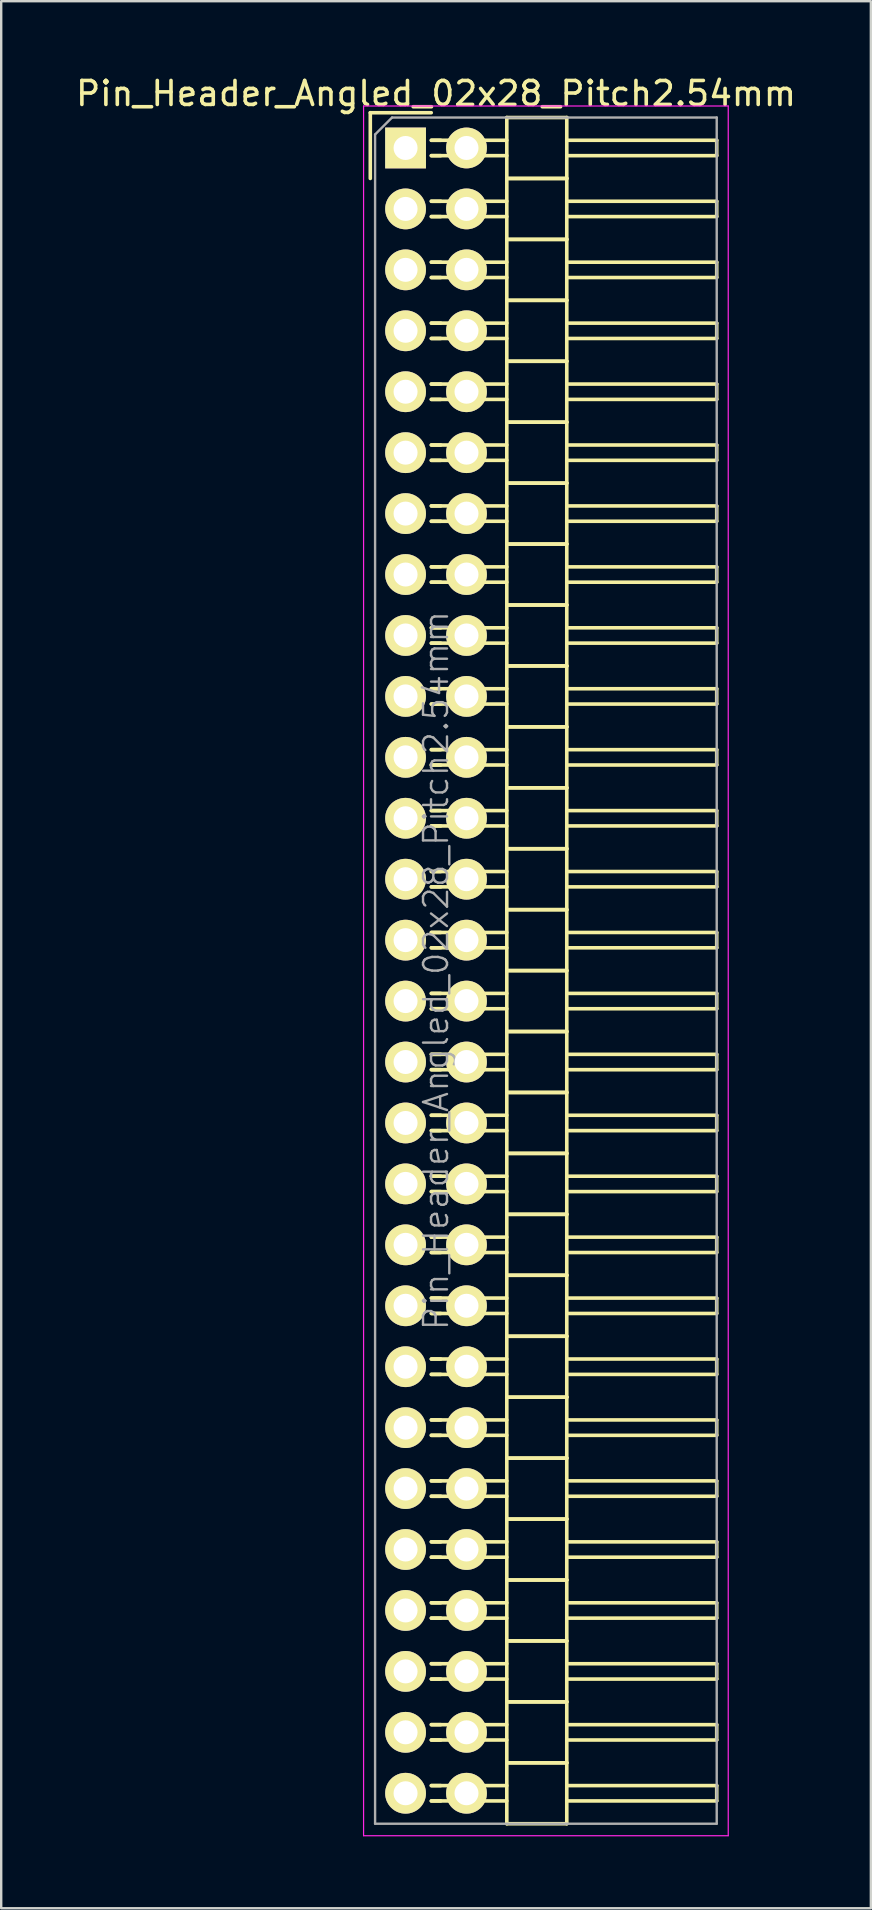
<source format=kicad_pcb>
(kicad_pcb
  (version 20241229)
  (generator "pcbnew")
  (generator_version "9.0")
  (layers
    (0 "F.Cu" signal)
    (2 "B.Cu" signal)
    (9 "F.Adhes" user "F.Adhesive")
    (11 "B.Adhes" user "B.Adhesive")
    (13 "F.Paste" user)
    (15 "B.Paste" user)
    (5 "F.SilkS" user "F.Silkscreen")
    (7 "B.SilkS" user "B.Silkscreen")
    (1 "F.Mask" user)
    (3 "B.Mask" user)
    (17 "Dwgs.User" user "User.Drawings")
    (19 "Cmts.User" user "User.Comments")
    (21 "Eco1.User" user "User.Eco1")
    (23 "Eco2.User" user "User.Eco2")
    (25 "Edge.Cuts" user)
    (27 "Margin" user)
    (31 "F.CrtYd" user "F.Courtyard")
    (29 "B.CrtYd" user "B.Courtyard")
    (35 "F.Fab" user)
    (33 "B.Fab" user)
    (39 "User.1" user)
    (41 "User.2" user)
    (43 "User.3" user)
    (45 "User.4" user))
  (footprint "Pin_Header_Angled_02x28_Pitch2.54mm"
    (layer "F.Cu")
    (at 13.855 3.118)
    (property "Reference" "Pin_Header_Angled_02x28_Pitch2.54mm" (at 1.27 -2.27 0) (layer "F.SilkS") (effects (font (size 1 1) (thickness 0.15))))
    (attr smd)
    (fp_line (start -1.47 -1.47) (end -1.47 1.27) (stroke (width 0.15) (type solid)) (layer "F.SilkS"))
    (fp_line (start -1.47 -1.47) (end 1.07 -1.47) (stroke (width 0.15) (type solid)) (layer "F.SilkS"))
    (fp_line (start 1.465 -0.32) (end 1.075 -0.32) (stroke (width 0.15) (type solid)) (layer "F.SilkS"))
    (fp_line (start 1.465 0.32) (end 1.075 0.32) (stroke (width 0.15) (type solid)) (layer "F.SilkS"))
    (fp_line (start 1.465 2.22) (end 1.075 2.22) (stroke (width 0.15) (type solid)) (layer "F.SilkS"))
    (fp_line (start 1.465 2.86) (end 1.075 2.86) (stroke (width 0.15) (type solid)) (layer "F.SilkS"))
    (fp_line (start 1.465 4.76) (end 1.075 4.76) (stroke (width 0.15) (type solid)) (layer "F.SilkS"))
    (fp_line (start 1.465 5.4) (end 1.075 5.4) (stroke (width 0.15) (type solid)) (layer "F.SilkS"))
    (fp_line (start 1.465 7.3) (end 1.075 7.3) (stroke (width 0.15) (type solid)) (layer "F.SilkS"))
    (fp_line (start 1.465 7.94) (end 1.075 7.94) (stroke (width 0.15) (type solid)) (layer "F.SilkS"))
    (fp_line (start 1.465 9.84) (end 1.075 9.84) (stroke (width 0.15) (type solid)) (layer "F.SilkS"))
    (fp_line (start 1.465 10.48) (end 1.075 10.48) (stroke (width 0.15) (type solid)) (layer "F.SilkS"))
    (fp_line (start 1.465 12.38) (end 1.075 12.38) (stroke (width 0.15) (type solid)) (layer "F.SilkS"))
    (fp_line (start 1.465 13.02) (end 1.075 13.02) (stroke (width 0.15) (type solid)) (layer "F.SilkS"))
    (fp_line (start 1.465 14.92) (end 1.075 14.92) (stroke (width 0.15) (type solid)) (layer "F.SilkS"))
    (fp_line (start 1.465 15.56) (end 1.075 15.56) (stroke (width 0.15) (type solid)) (layer "F.SilkS"))
    (fp_line (start 1.465 17.46) (end 1.075 17.46) (stroke (width 0.15) (type solid)) (layer "F.SilkS"))
    (fp_line (start 1.465 18.1) (end 1.075 18.1) (stroke (width 0.15) (type solid)) (layer "F.SilkS"))
    (fp_line (start 1.465 20) (end 1.075 20) (stroke (width 0.15) (type solid)) (layer "F.SilkS"))
    (fp_line (start 1.465 20.64) (end 1.075 20.64) (stroke (width 0.15) (type solid)) (layer "F.SilkS"))
    (fp_line (start 1.465 22.54) (end 1.075 22.54) (stroke (width 0.15) (type solid)) (layer "F.SilkS"))
    (fp_line (start 1.465 23.18) (end 1.075 23.18) (stroke (width 0.15) (type solid)) (layer "F.SilkS"))
    (fp_line (start 1.465 25.08) (end 1.075 25.08) (stroke (width 0.15) (type solid)) (layer "F.SilkS"))
    (fp_line (start 1.465 25.72) (end 1.075 25.72) (stroke (width 0.15) (type solid)) (layer "F.SilkS"))
    (fp_line (start 1.465 27.62) (end 1.075 27.62) (stroke (width 0.15) (type solid)) (layer "F.SilkS"))
    (fp_line (start 1.465 28.26) (end 1.075 28.26) (stroke (width 0.15) (type solid)) (layer "F.SilkS"))
    (fp_line (start 1.465 30.16) (end 1.075 30.16) (stroke (width 0.15) (type solid)) (layer "F.SilkS"))
    (fp_line (start 1.465 30.8) (end 1.075 30.8) (stroke (width 0.15) (type solid)) (layer "F.SilkS"))
    (fp_line (start 1.465 32.7) (end 1.075 32.7) (stroke (width 0.15) (type solid)) (layer "F.SilkS"))
    (fp_line (start 1.465 33.34) (end 1.075 33.34) (stroke (width 0.15) (type solid)) (layer "F.SilkS"))
    (fp_line (start 1.465 35.24) (end 1.075 35.24) (stroke (width 0.15) (type solid)) (layer "F.SilkS"))
    (fp_line (start 1.465 35.88) (end 1.075 35.88) (stroke (width 0.15) (type solid)) (layer "F.SilkS"))
    (fp_line (start 1.465 37.78) (end 1.075 37.78) (stroke (width 0.15) (type solid)) (layer "F.SilkS"))
    (fp_line (start 1.465 38.42) (end 1.075 38.42) (stroke (width 0.15) (type solid)) (layer "F.SilkS"))
    (fp_line (start 1.465 40.32) (end 1.075 40.32) (stroke (width 0.15) (type solid)) (layer "F.SilkS"))
    (fp_line (start 1.465 40.96) (end 1.075 40.96) (stroke (width 0.15) (type solid)) (layer "F.SilkS"))
    (fp_line (start 1.465 42.86) (end 1.075 42.86) (stroke (width 0.15) (type solid)) (layer "F.SilkS"))
    (fp_line (start 1.465 43.5) (end 1.075 43.5) (stroke (width 0.15) (type solid)) (layer "F.SilkS"))
    (fp_line (start 1.465 45.4) (end 1.075 45.4) (stroke (width 0.15) (type solid)) (layer "F.SilkS"))
    (fp_line (start 1.465 46.04) (end 1.075 46.04) (stroke (width 0.15) (type solid)) (layer "F.SilkS"))
    (fp_line (start 1.465 47.94) (end 1.075 47.94) (stroke (width 0.15) (type solid)) (layer "F.SilkS"))
    (fp_line (start 1.465 48.58) (end 1.075 48.58) (stroke (width 0.15) (type solid)) (layer "F.SilkS"))
    (fp_line (start 1.465 50.48) (end 1.075 50.48) (stroke (width 0.15) (type solid)) (layer "F.SilkS"))
    (fp_line (start 1.465 51.12) (end 1.075 51.12) (stroke (width 0.15) (type solid)) (layer "F.SilkS"))
    (fp_line (start 1.465 53.02) (end 1.075 53.02) (stroke (width 0.15) (type solid)) (layer "F.SilkS"))
    (fp_line (start 1.465 53.66) (end 1.075 53.66) (stroke (width 0.15) (type solid)) (layer "F.SilkS"))
    (fp_line (start 1.465 55.56) (end 1.075 55.56) (stroke (width 0.15) (type solid)) (layer "F.SilkS"))
    (fp_line (start 1.465 56.2) (end 1.075 56.2) (stroke (width 0.15) (type solid)) (layer "F.SilkS"))
    (fp_line (start 1.465 58.1) (end 1.075 58.1) (stroke (width 0.15) (type solid)) (layer "F.SilkS"))
    (fp_line (start 1.465 58.74) (end 1.075 58.74) (stroke (width 0.15) (type solid)) (layer "F.SilkS"))
    (fp_line (start 1.465 60.64) (end 1.075 60.64) (stroke (width 0.15) (type solid)) (layer "F.SilkS"))
    (fp_line (start 1.465 61.28) (end 1.075 61.28) (stroke (width 0.15) (type solid)) (layer "F.SilkS"))
    (fp_line (start 1.465 63.18) (end 1.075 63.18) (stroke (width 0.15) (type solid)) (layer "F.SilkS"))
    (fp_line (start 1.465 63.82) (end 1.075 63.82) (stroke (width 0.15) (type solid)) (layer "F.SilkS"))
    (fp_line (start 1.465 65.72) (end 1.075 65.72) (stroke (width 0.15) (type solid)) (layer "F.SilkS"))
    (fp_line (start 1.465 66.36) (end 1.075 66.36) (stroke (width 0.15) (type solid)) (layer "F.SilkS"))
    (fp_line (start 1.465 68.26) (end 1.075 68.26) (stroke (width 0.15) (type solid)) (layer "F.SilkS"))
    (fp_line (start 1.465 68.9) (end 1.075 68.9) (stroke (width 0.15) (type solid)) (layer "F.SilkS"))
    (fp_line (start 4.22 -0.32) (end 1.075 -0.32) (stroke (width 0.15) (type solid)) (layer "F.SilkS"))
    (fp_line (start 4.22 0.32) (end 1.075 0.32) (stroke (width 0.15) (type solid)) (layer "F.SilkS"))
    (fp_line (start 4.22 1.27) (end 4.22 -1.27) (stroke (width 0.15) (type solid)) (layer "F.SilkS"))
    (fp_line (start 4.22 2.22) (end 1.075 2.22) (stroke (width 0.15) (type solid)) (layer "F.SilkS"))
    (fp_line (start 4.22 2.86) (end 1.075 2.86) (stroke (width 0.15) (type solid)) (layer "F.SilkS"))
    (fp_line (start 4.22 3.81) (end 4.22 1.27) (stroke (width 0.15) (type solid)) (layer "F.SilkS"))
    (fp_line (start 4.22 4.76) (end 1.075 4.76) (stroke (width 0.15) (type solid)) (layer "F.SilkS"))
    (fp_line (start 4.22 5.4) (end 1.075 5.4) (stroke (width 0.15) (type solid)) (layer "F.SilkS"))
    (fp_line (start 4.22 6.35) (end 4.22 3.81) (stroke (width 0.15) (type solid)) (layer "F.SilkS"))
    (fp_line (start 4.22 7.3) (end 1.075 7.3) (stroke (width 0.15) (type solid)) (layer "F.SilkS"))
    (fp_line (start 4.22 7.94) (end 1.075 7.94) (stroke (width 0.15) (type solid)) (layer "F.SilkS"))
    (fp_line (start 4.22 8.89) (end 4.22 6.35) (stroke (width 0.15) (type solid)) (layer "F.SilkS"))
    (fp_line (start 4.22 9.84) (end 1.075 9.84) (stroke (width 0.15) (type solid)) (layer "F.SilkS"))
    (fp_line (start 4.22 10.48) (end 1.075 10.48) (stroke (width 0.15) (type solid)) (layer "F.SilkS"))
    (fp_line (start 4.22 11.43) (end 4.22 8.89) (stroke (width 0.15) (type solid)) (layer "F.SilkS"))
    (fp_line (start 4.22 12.38) (end 1.075 12.38) (stroke (width 0.15) (type solid)) (layer "F.SilkS"))
    (fp_line (start 4.22 13.02) (end 1.075 13.02) (stroke (width 0.15) (type solid)) (layer "F.SilkS"))
    (fp_line (start 4.22 13.97) (end 4.22 11.43) (stroke (width 0.15) (type solid)) (layer "F.SilkS"))
    (fp_line (start 4.22 14.92) (end 1.075 14.92) (stroke (width 0.15) (type solid)) (layer "F.SilkS"))
    (fp_line (start 4.22 15.56) (end 1.075 15.56) (stroke (width 0.15) (type solid)) (layer "F.SilkS"))
    (fp_line (start 4.22 16.51) (end 4.22 13.97) (stroke (width 0.15) (type solid)) (layer "F.SilkS"))
    (fp_line (start 4.22 17.46) (end 1.075 17.46) (stroke (width 0.15) (type solid)) (layer "F.SilkS"))
    (fp_line (start 4.22 18.1) (end 1.075 18.1) (stroke (width 0.15) (type solid)) (layer "F.SilkS"))
    (fp_line (start 4.22 19.05) (end 4.22 16.51) (stroke (width 0.15) (type solid)) (layer "F.SilkS"))
    (fp_line (start 4.22 20) (end 1.075 20) (stroke (width 0.15) (type solid)) (layer "F.SilkS"))
    (fp_line (start 4.22 20.64) (end 1.075 20.64) (stroke (width 0.15) (type solid)) (layer "F.SilkS"))
    (fp_line (start 4.22 21.59) (end 4.22 19.05) (stroke (width 0.15) (type solid)) (layer "F.SilkS"))
    (fp_line (start 4.22 22.54) (end 1.075 22.54) (stroke (width 0.15) (type solid)) (layer "F.SilkS"))
    (fp_line (start 4.22 23.18) (end 1.075 23.18) (stroke (width 0.15) (type solid)) (layer "F.SilkS"))
    (fp_line (start 4.22 24.13) (end 4.22 21.59) (stroke (width 0.15) (type solid)) (layer "F.SilkS"))
    (fp_line (start 4.22 25.08) (end 1.075 25.08) (stroke (width 0.15) (type solid)) (layer "F.SilkS"))
    (fp_line (start 4.22 25.72) (end 1.075 25.72) (stroke (width 0.15) (type solid)) (layer "F.SilkS"))
    (fp_line (start 4.22 26.67) (end 4.22 24.13) (stroke (width 0.15) (type solid)) (layer "F.SilkS"))
    (fp_line (start 4.22 27.62) (end 1.075 27.62) (stroke (width 0.15) (type solid)) (layer "F.SilkS"))
    (fp_line (start 4.22 28.26) (end 1.075 28.26) (stroke (width 0.15) (type solid)) (layer "F.SilkS"))
    (fp_line (start 4.22 29.21) (end 4.22 26.67) (stroke (width 0.15) (type solid)) (layer "F.SilkS"))
    (fp_line (start 4.22 30.16) (end 1.075 30.16) (stroke (width 0.15) (type solid)) (layer "F.SilkS"))
    (fp_line (start 4.22 30.8) (end 1.075 30.8) (stroke (width 0.15) (type solid)) (layer "F.SilkS"))
    (fp_line (start 4.22 31.75) (end 4.22 29.21) (stroke (width 0.15) (type solid)) (layer "F.SilkS"))
    (fp_line (start 4.22 32.7) (end 1.075 32.7) (stroke (width 0.15) (type solid)) (layer "F.SilkS"))
    (fp_line (start 4.22 33.34) (end 1.075 33.34) (stroke (width 0.15) (type solid)) (layer "F.SilkS"))
    (fp_line (start 4.22 34.29) (end 4.22 31.75) (stroke (width 0.15) (type solid)) (layer "F.SilkS"))
    (fp_line (start 4.22 35.24) (end 1.075 35.24) (stroke (width 0.15) (type solid)) (layer "F.SilkS"))
    (fp_line (start 4.22 35.88) (end 1.075 35.88) (stroke (width 0.15) (type solid)) (layer "F.SilkS"))
    (fp_line (start 4.22 36.83) (end 4.22 34.29) (stroke (width 0.15) (type solid)) (layer "F.SilkS"))
    (fp_line (start 4.22 37.78) (end 1.075 37.78) (stroke (width 0.15) (type solid)) (layer "F.SilkS"))
    (fp_line (start 4.22 38.42) (end 1.075 38.42) (stroke (width 0.15) (type solid)) (layer "F.SilkS"))
    (fp_line (start 4.22 39.37) (end 4.22 36.83) (stroke (width 0.15) (type solid)) (layer "F.SilkS"))
    (fp_line (start 4.22 40.32) (end 1.075 40.32) (stroke (width 0.15) (type solid)) (layer "F.SilkS"))
    (fp_line (start 4.22 40.96) (end 1.075 40.96) (stroke (width 0.15) (type solid)) (layer "F.SilkS"))
    (fp_line (start 4.22 41.91) (end 4.22 39.37) (stroke (width 0.15) (type solid)) (layer "F.SilkS"))
    (fp_line (start 4.22 42.86) (end 1.075 42.86) (stroke (width 0.15) (type solid)) (layer "F.SilkS"))
    (fp_line (start 4.22 43.5) (end 1.075 43.5) (stroke (width 0.15) (type solid)) (layer "F.SilkS"))
    (fp_line (start 4.22 44.45) (end 4.22 41.91) (stroke (width 0.15) (type solid)) (layer "F.SilkS"))
    (fp_line (start 4.22 45.4) (end 1.075 45.4) (stroke (width 0.15) (type solid)) (layer "F.SilkS"))
    (fp_line (start 4.22 46.04) (end 1.075 46.04) (stroke (width 0.15) (type solid)) (layer "F.SilkS"))
    (fp_line (start 4.22 46.99) (end 4.22 44.45) (stroke (width 0.15) (type solid)) (layer "F.SilkS"))
    (fp_line (start 4.22 47.94) (end 1.075 47.94) (stroke (width 0.15) (type solid)) (layer "F.SilkS"))
    (fp_line (start 4.22 48.58) (end 1.075 48.58) (stroke (width 0.15) (type solid)) (layer "F.SilkS"))
    (fp_line (start 4.22 49.53) (end 4.22 46.99) (stroke (width 0.15) (type solid)) (layer "F.SilkS"))
    (fp_line (start 4.22 50.48) (end 1.075 50.48) (stroke (width 0.15) (type solid)) (layer "F.SilkS"))
    (fp_line (start 4.22 51.12) (end 1.075 51.12) (stroke (width 0.15) (type solid)) (layer "F.SilkS"))
    (fp_line (start 4.22 52.07) (end 4.22 49.53) (stroke (width 0.15) (type solid)) (layer "F.SilkS"))
    (fp_line (start 4.22 53.02) (end 1.075 53.02) (stroke (width 0.15) (type solid)) (layer "F.SilkS"))
    (fp_line (start 4.22 53.66) (end 1.075 53.66) (stroke (width 0.15) (type solid)) (layer "F.SilkS"))
    (fp_line (start 4.22 54.61) (end 4.22 52.07) (stroke (width 0.15) (type solid)) (layer "F.SilkS"))
    (fp_line (start 4.22 55.56) (end 1.075 55.56) (stroke (width 0.15) (type solid)) (layer "F.SilkS"))
    (fp_line (start 4.22 56.2) (end 1.075 56.2) (stroke (width 0.15) (type solid)) (layer "F.SilkS"))
    (fp_line (start 4.22 57.15) (end 4.22 54.61) (stroke (width 0.15) (type solid)) (layer "F.SilkS"))
    (fp_line (start 4.22 58.1) (end 1.075 58.1) (stroke (width 0.15) (type solid)) (layer "F.SilkS"))
    (fp_line (start 4.22 58.74) (end 1.075 58.74) (stroke (width 0.15) (type solid)) (layer "F.SilkS"))
    (fp_line (start 4.22 59.69) (end 4.22 57.15) (stroke (width 0.15) (type solid)) (layer "F.SilkS"))
    (fp_line (start 4.22 60.64) (end 1.075 60.64) (stroke (width 0.15) (type solid)) (layer "F.SilkS"))
    (fp_line (start 4.22 61.28) (end 1.075 61.28) (stroke (width 0.15) (type solid)) (layer "F.SilkS"))
    (fp_line (start 4.22 62.23) (end 4.22 59.69) (stroke (width 0.15) (type solid)) (layer "F.SilkS"))
    (fp_line (start 4.22 63.18) (end 1.075 63.18) (stroke (width 0.15) (type solid)) (layer "F.SilkS"))
    (fp_line (start 4.22 63.82) (end 1.075 63.82) (stroke (width 0.15) (type solid)) (layer "F.SilkS"))
    (fp_line (start 4.22 64.77) (end 4.22 62.23) (stroke (width 0.15) (type solid)) (layer "F.SilkS"))
    (fp_line (start 4.22 65.72) (end 1.075 65.72) (stroke (width 0.15) (type solid)) (layer "F.SilkS"))
    (fp_line (start 4.22 66.36) (end 1.075 66.36) (stroke (width 0.15) (type solid)) (layer "F.SilkS"))
    (fp_line (start 4.22 67.31) (end 4.22 64.77) (stroke (width 0.15) (type solid)) (layer "F.SilkS"))
    (fp_line (start 4.22 68.26) (end 1.075 68.26) (stroke (width 0.15) (type solid)) (layer "F.SilkS"))
    (fp_line (start 4.22 68.9) (end 1.075 68.9) (stroke (width 0.15) (type solid)) (layer "F.SilkS"))
    (fp_line (start 4.22 69.85) (end 4.22 67.31) (stroke (width 0.15) (type solid)) (layer "F.SilkS"))
    (fp_line (start 6.72 -1.27) (end 4.22 -1.27) (stroke (width 0.15) (type solid)) (layer "F.SilkS"))
    (fp_line (start 6.72 -0.32) (end 12.97 -0.32) (stroke (width 0.15) (type solid)) (layer "F.SilkS"))
    (fp_line (start 6.72 0.32) (end 12.97 0.32) (stroke (width 0.15) (type solid)) (layer "F.SilkS"))
    (fp_line (start 6.72 1.27) (end 4.22 1.27) (stroke (width 0.15) (type solid)) (layer "F.SilkS"))
    (fp_line (start 6.72 1.27) (end 4.22 1.27) (stroke (width 0.15) (type solid)) (layer "F.SilkS"))
    (fp_line (start 6.72 1.27) (end 6.72 -1.27) (stroke (width 0.15) (type solid)) (layer "F.SilkS"))
    (fp_line (start 6.72 2.22) (end 12.97 2.22) (stroke (width 0.15) (type solid)) (layer "F.SilkS"))
    (fp_line (start 6.72 2.86) (end 12.97 2.86) (stroke (width 0.15) (type solid)) (layer "F.SilkS"))
    (fp_line (start 6.72 3.81) (end 4.22 3.81) (stroke (width 0.15) (type solid)) (layer "F.SilkS"))
    (fp_line (start 6.72 3.81) (end 4.22 3.81) (stroke (width 0.15) (type solid)) (layer "F.SilkS"))
    (fp_line (start 6.72 3.81) (end 6.72 1.27) (stroke (width 0.15) (type solid)) (layer "F.SilkS"))
    (fp_line (start 6.72 4.76) (end 12.97 4.76) (stroke (width 0.15) (type solid)) (layer "F.SilkS"))
    (fp_line (start 6.72 5.4) (end 12.97 5.4) (stroke (width 0.15) (type solid)) (layer "F.SilkS"))
    (fp_line (start 6.72 6.35) (end 4.22 6.35) (stroke (width 0.15) (type solid)) (layer "F.SilkS"))
    (fp_line (start 6.72 6.35) (end 4.22 6.35) (stroke (width 0.15) (type solid)) (layer "F.SilkS"))
    (fp_line (start 6.72 6.35) (end 6.72 3.81) (stroke (width 0.15) (type solid)) (layer "F.SilkS"))
    (fp_line (start 6.72 7.3) (end 12.97 7.3) (stroke (width 0.15) (type solid)) (layer "F.SilkS"))
    (fp_line (start 6.72 7.94) (end 12.97 7.94) (stroke (width 0.15) (type solid)) (layer "F.SilkS"))
    (fp_line (start 6.72 8.89) (end 4.22 8.89) (stroke (width 0.15) (type solid)) (layer "F.SilkS"))
    (fp_line (start 6.72 8.89) (end 4.22 8.89) (stroke (width 0.15) (type solid)) (layer "F.SilkS"))
    (fp_line (start 6.72 8.89) (end 6.72 6.35) (stroke (width 0.15) (type solid)) (layer "F.SilkS"))
    (fp_line (start 6.72 9.84) (end 12.97 9.84) (stroke (width 0.15) (type solid)) (layer "F.SilkS"))
    (fp_line (start 6.72 10.48) (end 12.97 10.48) (stroke (width 0.15) (type solid)) (layer "F.SilkS"))
    (fp_line (start 6.72 11.43) (end 4.22 11.43) (stroke (width 0.15) (type solid)) (layer "F.SilkS"))
    (fp_line (start 6.72 11.43) (end 4.22 11.43) (stroke (width 0.15) (type solid)) (layer "F.SilkS"))
    (fp_line (start 6.72 11.43) (end 6.72 8.89) (stroke (width 0.15) (type solid)) (layer "F.SilkS"))
    (fp_line (start 6.72 12.38) (end 12.97 12.38) (stroke (width 0.15) (type solid)) (layer "F.SilkS"))
    (fp_line (start 6.72 13.02) (end 12.97 13.02) (stroke (width 0.15) (type solid)) (layer "F.SilkS"))
    (fp_line (start 6.72 13.97) (end 4.22 13.97) (stroke (width 0.15) (type solid)) (layer "F.SilkS"))
    (fp_line (start 6.72 13.97) (end 4.22 13.97) (stroke (width 0.15) (type solid)) (layer "F.SilkS"))
    (fp_line (start 6.72 13.97) (end 6.72 11.43) (stroke (width 0.15) (type solid)) (layer "F.SilkS"))
    (fp_line (start 6.72 14.92) (end 12.97 14.92) (stroke (width 0.15) (type solid)) (layer "F.SilkS"))
    (fp_line (start 6.72 15.56) (end 12.97 15.56) (stroke (width 0.15) (type solid)) (layer "F.SilkS"))
    (fp_line (start 6.72 16.51) (end 4.22 16.51) (stroke (width 0.15) (type solid)) (layer "F.SilkS"))
    (fp_line (start 6.72 16.51) (end 4.22 16.51) (stroke (width 0.15) (type solid)) (layer "F.SilkS"))
    (fp_line (start 6.72 16.51) (end 6.72 13.97) (stroke (width 0.15) (type solid)) (layer "F.SilkS"))
    (fp_line (start 6.72 17.46) (end 12.97 17.46) (stroke (width 0.15) (type solid)) (layer "F.SilkS"))
    (fp_line (start 6.72 18.1) (end 12.97 18.1) (stroke (width 0.15) (type solid)) (layer "F.SilkS"))
    (fp_line (start 6.72 19.05) (end 4.22 19.05) (stroke (width 0.15) (type solid)) (layer "F.SilkS"))
    (fp_line (start 6.72 19.05) (end 4.22 19.05) (stroke (width 0.15) (type solid)) (layer "F.SilkS"))
    (fp_line (start 6.72 19.05) (end 6.72 16.51) (stroke (width 0.15) (type solid)) (layer "F.SilkS"))
    (fp_line (start 6.72 20) (end 12.97 20) (stroke (width 0.15) (type solid)) (layer "F.SilkS"))
    (fp_line (start 6.72 20.64) (end 12.97 20.64) (stroke (width 0.15) (type solid)) (layer "F.SilkS"))
    (fp_line (start 6.72 21.59) (end 4.22 21.59) (stroke (width 0.15) (type solid)) (layer "F.SilkS"))
    (fp_line (start 6.72 21.59) (end 4.22 21.59) (stroke (width 0.15) (type solid)) (layer "F.SilkS"))
    (fp_line (start 6.72 21.59) (end 6.72 19.05) (stroke (width 0.15) (type solid)) (layer "F.SilkS"))
    (fp_line (start 6.72 22.54) (end 12.97 22.54) (stroke (width 0.15) (type solid)) (layer "F.SilkS"))
    (fp_line (start 6.72 23.18) (end 12.97 23.18) (stroke (width 0.15) (type solid)) (layer "F.SilkS"))
    (fp_line (start 6.72 24.13) (end 4.22 24.13) (stroke (width 0.15) (type solid)) (layer "F.SilkS"))
    (fp_line (start 6.72 24.13) (end 4.22 24.13) (stroke (width 0.15) (type solid)) (layer "F.SilkS"))
    (fp_line (start 6.72 24.13) (end 6.72 21.59) (stroke (width 0.15) (type solid)) (layer "F.SilkS"))
    (fp_line (start 6.72 25.08) (end 12.97 25.08) (stroke (width 0.15) (type solid)) (layer "F.SilkS"))
    (fp_line (start 6.72 25.72) (end 12.97 25.72) (stroke (width 0.15) (type solid)) (layer "F.SilkS"))
    (fp_line (start 6.72 26.67) (end 4.22 26.67) (stroke (width 0.15) (type solid)) (layer "F.SilkS"))
    (fp_line (start 6.72 26.67) (end 4.22 26.67) (stroke (width 0.15) (type solid)) (layer "F.SilkS"))
    (fp_line (start 6.72 26.67) (end 6.72 24.13) (stroke (width 0.15) (type solid)) (layer "F.SilkS"))
    (fp_line (start 6.72 27.62) (end 12.97 27.62) (stroke (width 0.15) (type solid)) (layer "F.SilkS"))
    (fp_line (start 6.72 28.26) (end 12.97 28.26) (stroke (width 0.15) (type solid)) (layer "F.SilkS"))
    (fp_line (start 6.72 29.21) (end 4.22 29.21) (stroke (width 0.15) (type solid)) (layer "F.SilkS"))
    (fp_line (start 6.72 29.21) (end 4.22 29.21) (stroke (width 0.15) (type solid)) (layer "F.SilkS"))
    (fp_line (start 6.72 29.21) (end 6.72 26.67) (stroke (width 0.15) (type solid)) (layer "F.SilkS"))
    (fp_line (start 6.72 30.16) (end 12.97 30.16) (stroke (width 0.15) (type solid)) (layer "F.SilkS"))
    (fp_line (start 6.72 30.8) (end 12.97 30.8) (stroke (width 0.15) (type solid)) (layer "F.SilkS"))
    (fp_line (start 6.72 31.75) (end 4.22 31.75) (stroke (width 0.15) (type solid)) (layer "F.SilkS"))
    (fp_line (start 6.72 31.75) (end 4.22 31.75) (stroke (width 0.15) (type solid)) (layer "F.SilkS"))
    (fp_line (start 6.72 31.75) (end 6.72 29.21) (stroke (width 0.15) (type solid)) (layer "F.SilkS"))
    (fp_line (start 6.72 32.7) (end 12.97 32.7) (stroke (width 0.15) (type solid)) (layer "F.SilkS"))
    (fp_line (start 6.72 33.34) (end 12.97 33.34) (stroke (width 0.15) (type solid)) (layer "F.SilkS"))
    (fp_line (start 6.72 34.29) (end 4.22 34.29) (stroke (width 0.15) (type solid)) (layer "F.SilkS"))
    (fp_line (start 6.72 34.29) (end 4.22 34.29) (stroke (width 0.15) (type solid)) (layer "F.SilkS"))
    (fp_line (start 6.72 34.29) (end 6.72 31.75) (stroke (width 0.15) (type solid)) (layer "F.SilkS"))
    (fp_line (start 6.72 35.24) (end 12.97 35.24) (stroke (width 0.15) (type solid)) (layer "F.SilkS"))
    (fp_line (start 6.72 35.88) (end 12.97 35.88) (stroke (width 0.15) (type solid)) (layer "F.SilkS"))
    (fp_line (start 6.72 36.83) (end 4.22 36.83) (stroke (width 0.15) (type solid)) (layer "F.SilkS"))
    (fp_line (start 6.72 36.83) (end 4.22 36.83) (stroke (width 0.15) (type solid)) (layer "F.SilkS"))
    (fp_line (start 6.72 36.83) (end 6.72 34.29) (stroke (width 0.15) (type solid)) (layer "F.SilkS"))
    (fp_line (start 6.72 37.78) (end 12.97 37.78) (stroke (width 0.15) (type solid)) (layer "F.SilkS"))
    (fp_line (start 6.72 38.42) (end 12.97 38.42) (stroke (width 0.15) (type solid)) (layer "F.SilkS"))
    (fp_line (start 6.72 39.37) (end 4.22 39.37) (stroke (width 0.15) (type solid)) (layer "F.SilkS"))
    (fp_line (start 6.72 39.37) (end 4.22 39.37) (stroke (width 0.15) (type solid)) (layer "F.SilkS"))
    (fp_line (start 6.72 39.37) (end 6.72 36.83) (stroke (width 0.15) (type solid)) (layer "F.SilkS"))
    (fp_line (start 6.72 40.32) (end 12.97 40.32) (stroke (width 0.15) (type solid)) (layer "F.SilkS"))
    (fp_line (start 6.72 40.96) (end 12.97 40.96) (stroke (width 0.15) (type solid)) (layer "F.SilkS"))
    (fp_line (start 6.72 41.91) (end 4.22 41.91) (stroke (width 0.15) (type solid)) (layer "F.SilkS"))
    (fp_line (start 6.72 41.91) (end 4.22 41.91) (stroke (width 0.15) (type solid)) (layer "F.SilkS"))
    (fp_line (start 6.72 41.91) (end 6.72 39.37) (stroke (width 0.15) (type solid)) (layer "F.SilkS"))
    (fp_line (start 6.72 42.86) (end 12.97 42.86) (stroke (width 0.15) (type solid)) (layer "F.SilkS"))
    (fp_line (start 6.72 43.5) (end 12.97 43.5) (stroke (width 0.15) (type solid)) (layer "F.SilkS"))
    (fp_line (start 6.72 44.45) (end 4.22 44.45) (stroke (width 0.15) (type solid)) (layer "F.SilkS"))
    (fp_line (start 6.72 44.45) (end 4.22 44.45) (stroke (width 0.15) (type solid)) (layer "F.SilkS"))
    (fp_line (start 6.72 44.45) (end 6.72 41.91) (stroke (width 0.15) (type solid)) (layer "F.SilkS"))
    (fp_line (start 6.72 45.4) (end 12.97 45.4) (stroke (width 0.15) (type solid)) (layer "F.SilkS"))
    (fp_line (start 6.72 46.04) (end 12.97 46.04) (stroke (width 0.15) (type solid)) (layer "F.SilkS"))
    (fp_line (start 6.72 46.99) (end 4.22 46.99) (stroke (width 0.15) (type solid)) (layer "F.SilkS"))
    (fp_line (start 6.72 46.99) (end 4.22 46.99) (stroke (width 0.15) (type solid)) (layer "F.SilkS"))
    (fp_line (start 6.72 46.99) (end 6.72 44.45) (stroke (width 0.15) (type solid)) (layer "F.SilkS"))
    (fp_line (start 6.72 47.94) (end 12.97 47.94) (stroke (width 0.15) (type solid)) (layer "F.SilkS"))
    (fp_line (start 6.72 48.58) (end 12.97 48.58) (stroke (width 0.15) (type solid)) (layer "F.SilkS"))
    (fp_line (start 6.72 49.53) (end 4.22 49.53) (stroke (width 0.15) (type solid)) (layer "F.SilkS"))
    (fp_line (start 6.72 49.53) (end 4.22 49.53) (stroke (width 0.15) (type solid)) (layer "F.SilkS"))
    (fp_line (start 6.72 49.53) (end 6.72 46.99) (stroke (width 0.15) (type solid)) (layer "F.SilkS"))
    (fp_line (start 6.72 50.48) (end 12.97 50.48) (stroke (width 0.15) (type solid)) (layer "F.SilkS"))
    (fp_line (start 6.72 51.12) (end 12.97 51.12) (stroke (width 0.15) (type solid)) (layer "F.SilkS"))
    (fp_line (start 6.72 52.07) (end 4.22 52.07) (stroke (width 0.15) (type solid)) (layer "F.SilkS"))
    (fp_line (start 6.72 52.07) (end 4.22 52.07) (stroke (width 0.15) (type solid)) (layer "F.SilkS"))
    (fp_line (start 6.72 52.07) (end 6.72 49.53) (stroke (width 0.15) (type solid)) (layer "F.SilkS"))
    (fp_line (start 6.72 53.02) (end 12.97 53.02) (stroke (width 0.15) (type solid)) (layer "F.SilkS"))
    (fp_line (start 6.72 53.66) (end 12.97 53.66) (stroke (width 0.15) (type solid)) (layer "F.SilkS"))
    (fp_line (start 6.72 54.61) (end 4.22 54.61) (stroke (width 0.15) (type solid)) (layer "F.SilkS"))
    (fp_line (start 6.72 54.61) (end 4.22 54.61) (stroke (width 0.15) (type solid)) (layer "F.SilkS"))
    (fp_line (start 6.72 54.61) (end 6.72 52.07) (stroke (width 0.15) (type solid)) (layer "F.SilkS"))
    (fp_line (start 6.72 55.56) (end 12.97 55.56) (stroke (width 0.15) (type solid)) (layer "F.SilkS"))
    (fp_line (start 6.72 56.2) (end 12.97 56.2) (stroke (width 0.15) (type solid)) (layer "F.SilkS"))
    (fp_line (start 6.72 57.15) (end 4.22 57.15) (stroke (width 0.15) (type solid)) (layer "F.SilkS"))
    (fp_line (start 6.72 57.15) (end 4.22 57.15) (stroke (width 0.15) (type solid)) (layer "F.SilkS"))
    (fp_line (start 6.72 57.15) (end 6.72 54.61) (stroke (width 0.15) (type solid)) (layer "F.SilkS"))
    (fp_line (start 6.72 58.1) (end 12.97 58.1) (stroke (width 0.15) (type solid)) (layer "F.SilkS"))
    (fp_line (start 6.72 58.74) (end 12.97 58.74) (stroke (width 0.15) (type solid)) (layer "F.SilkS"))
    (fp_line (start 6.72 59.69) (end 4.22 59.69) (stroke (width 0.15) (type solid)) (layer "F.SilkS"))
    (fp_line (start 6.72 59.69) (end 4.22 59.69) (stroke (width 0.15) (type solid)) (layer "F.SilkS"))
    (fp_line (start 6.72 59.69) (end 6.72 57.15) (stroke (width 0.15) (type solid)) (layer "F.SilkS"))
    (fp_line (start 6.72 60.64) (end 12.97 60.64) (stroke (width 0.15) (type solid)) (layer "F.SilkS"))
    (fp_line (start 6.72 61.28) (end 12.97 61.28) (stroke (width 0.15) (type solid)) (layer "F.SilkS"))
    (fp_line (start 6.72 62.23) (end 4.22 62.23) (stroke (width 0.15) (type solid)) (layer "F.SilkS"))
    (fp_line (start 6.72 62.23) (end 4.22 62.23) (stroke (width 0.15) (type solid)) (layer "F.SilkS"))
    (fp_line (start 6.72 62.23) (end 6.72 59.69) (stroke (width 0.15) (type solid)) (layer "F.SilkS"))
    (fp_line (start 6.72 63.18) (end 12.97 63.18) (stroke (width 0.15) (type solid)) (layer "F.SilkS"))
    (fp_line (start 6.72 63.82) (end 12.97 63.82) (stroke (width 0.15) (type solid)) (layer "F.SilkS"))
    (fp_line (start 6.72 64.77) (end 4.22 64.77) (stroke (width 0.15) (type solid)) (layer "F.SilkS"))
    (fp_line (start 6.72 64.77) (end 4.22 64.77) (stroke (width 0.15) (type solid)) (layer "F.SilkS"))
    (fp_line (start 6.72 64.77) (end 6.72 62.23) (stroke (width 0.15) (type solid)) (layer "F.SilkS"))
    (fp_line (start 6.72 65.72) (end 12.97 65.72) (stroke (width 0.15) (type solid)) (layer "F.SilkS"))
    (fp_line (start 6.72 66.36) (end 12.97 66.36) (stroke (width 0.15) (type solid)) (layer "F.SilkS"))
    (fp_line (start 6.72 67.31) (end 4.22 67.31) (stroke (width 0.15) (type solid)) (layer "F.SilkS"))
    (fp_line (start 6.72 67.31) (end 4.22 67.31) (stroke (width 0.15) (type solid)) (layer "F.SilkS"))
    (fp_line (start 6.72 67.31) (end 6.72 64.77) (stroke (width 0.15) (type solid)) (layer "F.SilkS"))
    (fp_line (start 6.72 68.26) (end 12.97 68.26) (stroke (width 0.15) (type solid)) (layer "F.SilkS"))
    (fp_line (start 6.72 68.9) (end 12.97 68.9) (stroke (width 0.15) (type solid)) (layer "F.SilkS"))
    (fp_line (start 6.72 69.85) (end 4.22 69.85) (stroke (width 0.15) (type solid)) (layer "F.SilkS"))
    (fp_line (start 6.72 69.85) (end 6.72 67.31) (stroke (width 0.15) (type solid)) (layer "F.SilkS"))
    (fp_line (start 12.97 0.32) (end 12.97 -0.32) (stroke (width 0.15) (type solid)) (layer "F.SilkS"))
    (fp_line (start 12.97 2.86) (end 12.97 2.22) (stroke (width 0.15) (type solid)) (layer "F.SilkS"))
    (fp_line (start 12.97 5.4) (end 12.97 4.76) (stroke (width 0.15) (type solid)) (layer "F.SilkS"))
    (fp_line (start 12.97 7.94) (end 12.97 7.3) (stroke (width 0.15) (type solid)) (layer "F.SilkS"))
    (fp_line (start 12.97 10.48) (end 12.97 9.84) (stroke (width 0.15) (type solid)) (layer "F.SilkS"))
    (fp_line (start 12.97 13.02) (end 12.97 12.38) (stroke (width 0.15) (type solid)) (layer "F.SilkS"))
    (fp_line (start 12.97 15.56) (end 12.97 14.92) (stroke (width 0.15) (type solid)) (layer "F.SilkS"))
    (fp_line (start 12.97 18.1) (end 12.97 17.46) (stroke (width 0.15) (type solid)) (layer "F.SilkS"))
    (fp_line (start 12.97 20.64) (end 12.97 20) (stroke (width 0.15) (type solid)) (layer "F.SilkS"))
    (fp_line (start 12.97 23.18) (end 12.97 22.54) (stroke (width 0.15) (type solid)) (layer "F.SilkS"))
    (fp_line (start 12.97 25.72) (end 12.97 25.08) (stroke (width 0.15) (type solid)) (layer "F.SilkS"))
    (fp_line (start 12.97 28.26) (end 12.97 27.62) (stroke (width 0.15) (type solid)) (layer "F.SilkS"))
    (fp_line (start 12.97 30.8) (end 12.97 30.16) (stroke (width 0.15) (type solid)) (layer "F.SilkS"))
    (fp_line (start 12.97 33.34) (end 12.97 32.7) (stroke (width 0.15) (type solid)) (layer "F.SilkS"))
    (fp_line (start 12.97 35.88) (end 12.97 35.24) (stroke (width 0.15) (type solid)) (layer "F.SilkS"))
    (fp_line (start 12.97 38.42) (end 12.97 37.78) (stroke (width 0.15) (type solid)) (layer "F.SilkS"))
    (fp_line (start 12.97 40.96) (end 12.97 40.32) (stroke (width 0.15) (type solid)) (layer "F.SilkS"))
    (fp_line (start 12.97 43.5) (end 12.97 42.86) (stroke (width 0.15) (type solid)) (layer "F.SilkS"))
    (fp_line (start 12.97 46.04) (end 12.97 45.4) (stroke (width 0.15) (type solid)) (layer "F.SilkS"))
    (fp_line (start 12.97 48.58) (end 12.97 47.94) (stroke (width 0.15) (type solid)) (layer "F.SilkS"))
    (fp_line (start 12.97 51.12) (end 12.97 50.48) (stroke (width 0.15) (type solid)) (layer "F.SilkS"))
    (fp_line (start 12.97 53.66) (end 12.97 53.02) (stroke (width 0.15) (type solid)) (layer "F.SilkS"))
    (fp_line (start 12.97 56.2) (end 12.97 55.56) (stroke (width 0.15) (type solid)) (layer "F.SilkS"))
    (fp_line (start 12.97 58.74) (end 12.97 58.1) (stroke (width 0.15) (type solid)) (layer "F.SilkS"))
    (fp_line (start 12.97 61.28) (end 12.97 60.64) (stroke (width 0.15) (type solid)) (layer "F.SilkS"))
    (fp_line (start 12.97 63.82) (end 12.97 63.18) (stroke (width 0.15) (type solid)) (layer "F.SilkS"))
    (fp_line (start 12.97 66.36) (end 12.97 65.72) (stroke (width 0.15) (type solid)) (layer "F.SilkS"))
    (fp_line (start 12.97 68.9) (end 12.97 68.26) (stroke (width 0.15) (type solid)) (layer "F.SilkS"))
    (fp_line (start -1.75 -1.75) (end -1.75 70.35) (stroke (width 0.05) (type solid)) (layer "F.CrtYd"))
    (fp_line (start 13.45 -1.75) (end -1.75 -1.75) (stroke (width 0.05) (type solid)) (layer "F.CrtYd"))
    (fp_line (start 13.45 -1.75) (end 13.45 70.35) (stroke (width 0.05) (type solid)) (layer "F.CrtYd"))
    (fp_line (start 13.45 70.35) (end -1.75 70.35) (stroke (width 0.05) (type solid)) (layer "F.CrtYd"))
    (fp_line (start -1.27 -0.563) (end -0.563 -1.27) (stroke (width 0.1) (type solid)) (layer "F.Fab"))
    (fp_line (start -1.27 69.85) (end -1.27 -0.563) (stroke (width 0.1) (type solid)) (layer "F.Fab"))
    (fp_line (start 12.97 -1.27) (end -0.563 -1.27) (stroke (width 0.1) (type solid)) (layer "F.Fab"))
    (fp_line (start 12.97 69.85) (end -1.27 69.85) (stroke (width 0.1) (type solid)) (layer "F.Fab"))
    (fp_line (start 12.97 69.85) (end 12.97 -1.27) (stroke (width 0.1) (type solid)) (layer "F.Fab"))
    (fp_text user "${REFERENCE}" (at 1.27 34.29 90) (layer "F.Fab") (effects (font (size 1 1) (thickness 0.1))))
    (pad "1" thru_hole rect (at 0 0) (size 1.7 1.7) (drill 1) (layers "*.Cu" "*.Mask" "F.SilkS"))
    (pad "2" thru_hole oval (at 2.54 0) (size 1.7 1.7) (drill 1) (layers "*.Cu" "*.Mask" "F.SilkS"))
    (pad "3" thru_hole oval (at 0 2.54) (size 1.7 1.7) (drill 1) (layers "*.Cu" "*.Mask" "F.SilkS"))
    (pad "4" thru_hole oval (at 2.54 2.54) (size 1.7 1.7) (drill 1) (layers "*.Cu" "*.Mask" "F.SilkS"))
    (pad "5" thru_hole oval (at 0 5.08) (size 1.7 1.7) (drill 1) (layers "*.Cu" "*.Mask" "F.SilkS"))
    (pad "6" thru_hole oval (at 2.54 5.08) (size 1.7 1.7) (drill 1) (layers "*.Cu" "*.Mask" "F.SilkS"))
    (pad "7" thru_hole oval (at 0 7.62) (size 1.7 1.7) (drill 1) (layers "*.Cu" "*.Mask" "F.SilkS"))
    (pad "8" thru_hole oval (at 2.54 7.62) (size 1.7 1.7) (drill 1) (layers "*.Cu" "*.Mask" "F.SilkS"))
    (pad "9" thru_hole oval (at 0 10.16) (size 1.7 1.7) (drill 1) (layers "*.Cu" "*.Mask" "F.SilkS"))
    (pad "10" thru_hole oval (at 2.54 10.16) (size 1.7 1.7) (drill 1) (layers "*.Cu" "*.Mask" "F.SilkS"))
    (pad "11" thru_hole oval (at 0 12.7) (size 1.7 1.7) (drill 1) (layers "*.Cu" "*.Mask" "F.SilkS"))
    (pad "12" thru_hole oval (at 2.54 12.7) (size 1.7 1.7) (drill 1) (layers "*.Cu" "*.Mask" "F.SilkS"))
    (pad "13" thru_hole oval (at 0 15.24) (size 1.7 1.7) (drill 1) (layers "*.Cu" "*.Mask" "F.SilkS"))
    (pad "14" thru_hole oval (at 2.54 15.24) (size 1.7 1.7) (drill 1) (layers "*.Cu" "*.Mask" "F.SilkS"))
    (pad "15" thru_hole oval (at 0 17.78) (size 1.7 1.7) (drill 1) (layers "*.Cu" "*.Mask" "F.SilkS"))
    (pad "16" thru_hole oval (at 2.54 17.78) (size 1.7 1.7) (drill 1) (layers "*.Cu" "*.Mask" "F.SilkS"))
    (pad "17" thru_hole oval (at 0 20.32) (size 1.7 1.7) (drill 1) (layers "*.Cu" "*.Mask" "F.SilkS"))
    (pad "18" thru_hole oval (at 2.54 20.32) (size 1.7 1.7) (drill 1) (layers "*.Cu" "*.Mask" "F.SilkS"))
    (pad "19" thru_hole oval (at 0 22.86) (size 1.7 1.7) (drill 1) (layers "*.Cu" "*.Mask" "F.SilkS"))
    (pad "20" thru_hole oval (at 2.54 22.86) (size 1.7 1.7) (drill 1) (layers "*.Cu" "*.Mask" "F.SilkS"))
    (pad "21" thru_hole oval (at 0 25.4) (size 1.7 1.7) (drill 1) (layers "*.Cu" "*.Mask" "F.SilkS"))
    (pad "22" thru_hole oval (at 2.54 25.4) (size 1.7 1.7) (drill 1) (layers "*.Cu" "*.Mask" "F.SilkS"))
    (pad "23" thru_hole oval (at 0 27.94) (size 1.7 1.7) (drill 1) (layers "*.Cu" "*.Mask" "F.SilkS"))
    (pad "24" thru_hole oval (at 2.54 27.94) (size 1.7 1.7) (drill 1) (layers "*.Cu" "*.Mask" "F.SilkS"))
    (pad "25" thru_hole oval (at 0 30.48) (size 1.7 1.7) (drill 1) (layers "*.Cu" "*.Mask" "F.SilkS"))
    (pad "26" thru_hole oval (at 2.54 30.48) (size 1.7 1.7) (drill 1) (layers "*.Cu" "*.Mask" "F.SilkS"))
    (pad "27" thru_hole oval (at 0 33.02) (size 1.7 1.7) (drill 1) (layers "*.Cu" "*.Mask" "F.SilkS"))
    (pad "28" thru_hole oval (at 2.54 33.02) (size 1.7 1.7) (drill 1) (layers "*.Cu" "*.Mask" "F.SilkS"))
    (pad "29" thru_hole oval (at 0 35.56) (size 1.7 1.7) (drill 1) (layers "*.Cu" "*.Mask" "F.SilkS"))
    (pad "30" thru_hole oval (at 2.54 35.56) (size 1.7 1.7) (drill 1) (layers "*.Cu" "*.Mask" "F.SilkS"))
    (pad "31" thru_hole oval (at 0 38.1) (size 1.7 1.7) (drill 1) (layers "*.Cu" "*.Mask" "F.SilkS"))
    (pad "32" thru_hole oval (at 2.54 38.1) (size 1.7 1.7) (drill 1) (layers "*.Cu" "*.Mask" "F.SilkS"))
    (pad "33" thru_hole oval (at 0 40.64) (size 1.7 1.7) (drill 1) (layers "*.Cu" "*.Mask" "F.SilkS"))
    (pad "34" thru_hole oval (at 2.54 40.64) (size 1.7 1.7) (drill 1) (layers "*.Cu" "*.Mask" "F.SilkS"))
    (pad "35" thru_hole oval (at 0 43.18) (size 1.7 1.7) (drill 1) (layers "*.Cu" "*.Mask" "F.SilkS"))
    (pad "36" thru_hole oval (at 2.54 43.18) (size 1.7 1.7) (drill 1) (layers "*.Cu" "*.Mask" "F.SilkS"))
    (pad "37" thru_hole oval (at 0 45.72) (size 1.7 1.7) (drill 1) (layers "*.Cu" "*.Mask" "F.SilkS"))
    (pad "38" thru_hole oval (at 2.54 45.72) (size 1.7 1.7) (drill 1) (layers "*.Cu" "*.Mask" "F.SilkS"))
    (pad "39" thru_hole oval (at 0 48.26) (size 1.7 1.7) (drill 1) (layers "*.Cu" "*.Mask" "F.SilkS"))
    (pad "40" thru_hole oval (at 2.54 48.26) (size 1.7 1.7) (drill 1) (layers "*.Cu" "*.Mask" "F.SilkS"))
    (pad "41" thru_hole oval (at 0 50.8) (size 1.7 1.7) (drill 1) (layers "*.Cu" "*.Mask" "F.SilkS"))
    (pad "42" thru_hole oval (at 2.54 50.8) (size 1.7 1.7) (drill 1) (layers "*.Cu" "*.Mask" "F.SilkS"))
    (pad "43" thru_hole oval (at 0 53.34) (size 1.7 1.7) (drill 1) (layers "*.Cu" "*.Mask" "F.SilkS"))
    (pad "44" thru_hole oval (at 2.54 53.34) (size 1.7 1.7) (drill 1) (layers "*.Cu" "*.Mask" "F.SilkS"))
    (pad "45" thru_hole oval (at 0 55.88) (size 1.7 1.7) (drill 1) (layers "*.Cu" "*.Mask" "F.SilkS"))
    (pad "46" thru_hole oval (at 2.54 55.88) (size 1.7 1.7) (drill 1) (layers "*.Cu" "*.Mask" "F.SilkS"))
    (pad "47" thru_hole oval (at 0 58.42) (size 1.7 1.7) (drill 1) (layers "*.Cu" "*.Mask" "F.SilkS"))
    (pad "48" thru_hole oval (at 2.54 58.42) (size 1.7 1.7) (drill 1) (layers "*.Cu" "*.Mask" "F.SilkS"))
    (pad "49" thru_hole oval (at 0 60.96) (size 1.7 1.7) (drill 1) (layers "*.Cu" "*.Mask" "F.SilkS"))
    (pad "50" thru_hole oval (at 2.54 60.96) (size 1.7 1.7) (drill 1) (layers "*.Cu" "*.Mask" "F.SilkS"))
    (pad "51" thru_hole oval (at 0 63.5) (size 1.7 1.7) (drill 1) (layers "*.Cu" "*.Mask" "F.SilkS"))
    (pad "52" thru_hole oval (at 2.54 63.5) (size 1.7 1.7) (drill 1) (layers "*.Cu" "*.Mask" "F.SilkS"))
    (pad "53" thru_hole oval (at 0 66.04) (size 1.7 1.7) (drill 1) (layers "*.Cu" "*.Mask" "F.SilkS"))
    (pad "54" thru_hole oval (at 2.54 66.04) (size 1.7 1.7) (drill 1) (layers "*.Cu" "*.Mask" "F.SilkS"))
    (pad "55" thru_hole oval (at 0 68.58) (size 1.7 1.7) (drill 1) (layers "*.Cu" "*.Mask" "F.SilkS"))
    (pad "56" thru_hole oval (at 2.54 68.58) (size 1.7 1.7) (drill 1) (layers "*.Cu" "*.Mask" "F.SilkS")))
  (gr_rect
    (start -3 -3)
    (end 33.25 76.493)
    (stroke (width 0.1) (type default))
    (fill no)
    (layer "Edge.Cuts")))
</source>
